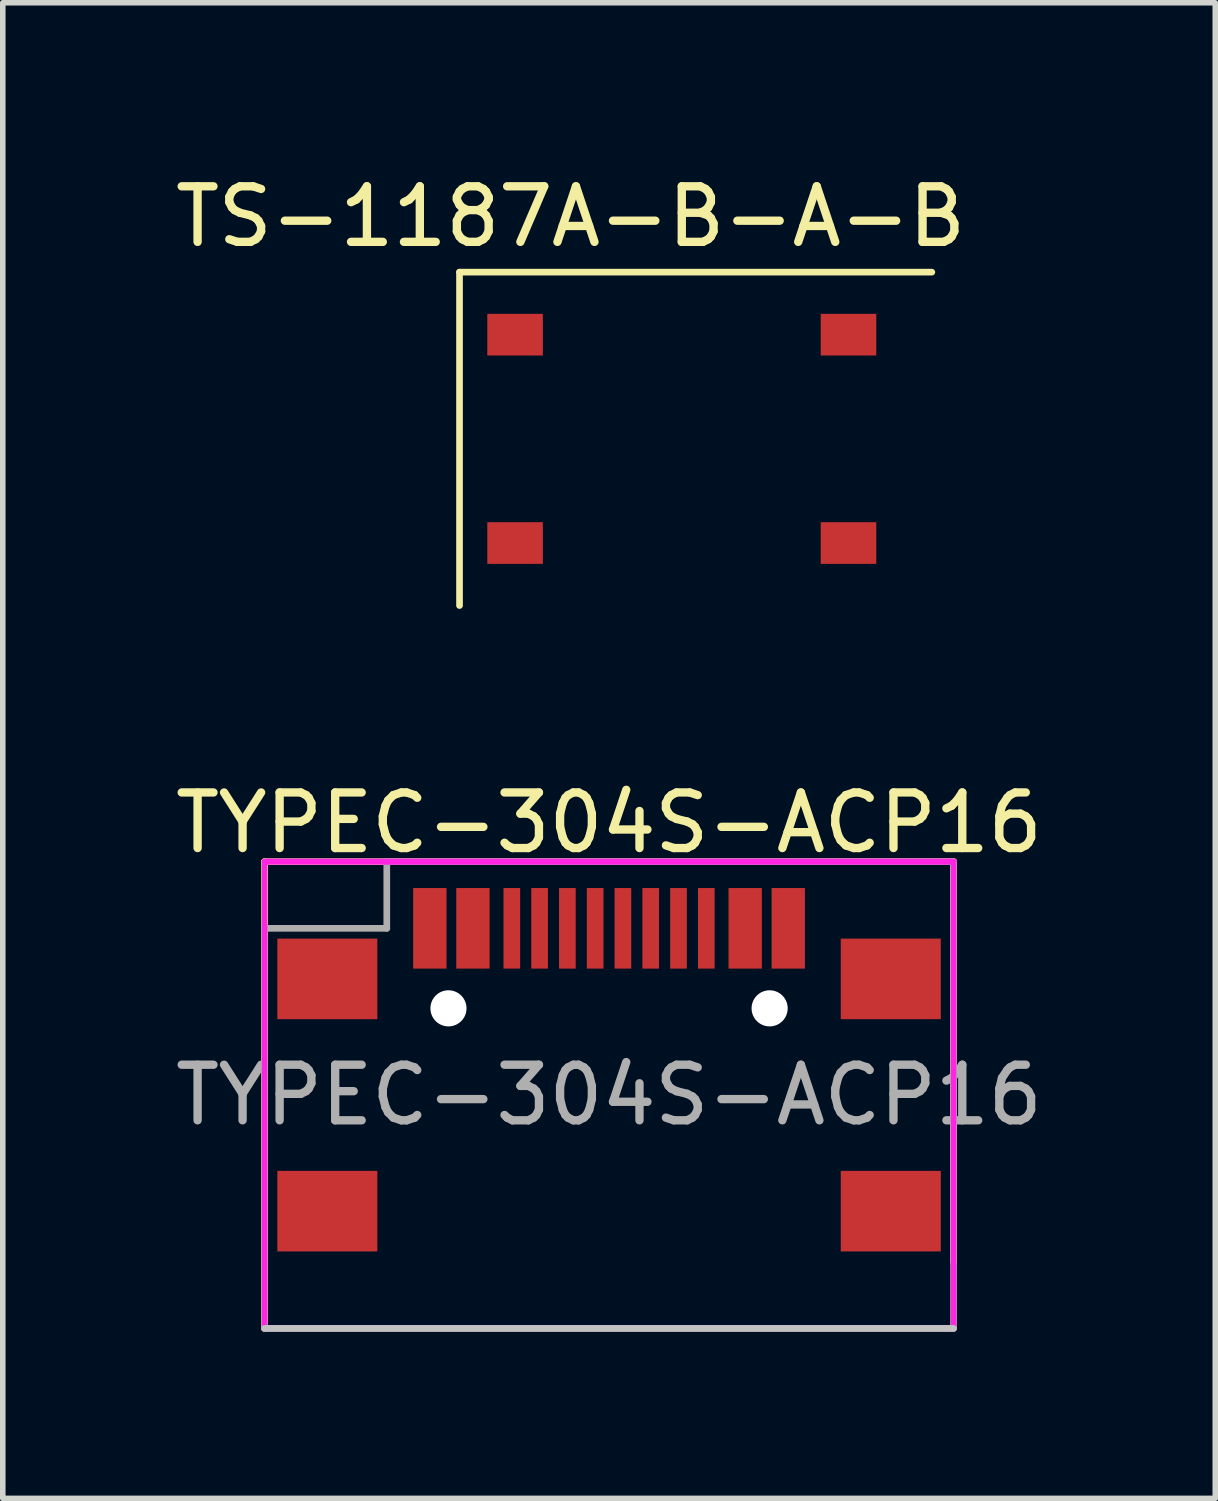
<source format=kicad_pcb>
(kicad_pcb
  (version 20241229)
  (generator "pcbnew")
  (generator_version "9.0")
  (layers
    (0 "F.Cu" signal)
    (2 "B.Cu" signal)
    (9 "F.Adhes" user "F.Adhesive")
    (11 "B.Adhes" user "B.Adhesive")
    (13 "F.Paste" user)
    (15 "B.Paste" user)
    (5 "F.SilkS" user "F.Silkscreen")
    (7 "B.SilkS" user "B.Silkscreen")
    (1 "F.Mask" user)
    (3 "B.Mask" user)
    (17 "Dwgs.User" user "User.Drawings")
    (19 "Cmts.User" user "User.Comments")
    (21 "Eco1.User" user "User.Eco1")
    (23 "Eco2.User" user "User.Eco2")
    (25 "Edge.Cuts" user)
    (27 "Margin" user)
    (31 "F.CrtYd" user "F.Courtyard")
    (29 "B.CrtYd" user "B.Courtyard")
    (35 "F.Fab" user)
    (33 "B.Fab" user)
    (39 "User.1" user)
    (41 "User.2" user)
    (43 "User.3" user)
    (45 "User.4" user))
  (footprint "TS-1187A-B-A-B"
    (layer "F.Cu")
    (at 9.22 4.848)
    (property "Reference" "TS-1187A-B-A-B" (at -2 -4 0) (layer "F.SilkS") (effects (font (size 1 1) (thickness 0.15))))
    (attr through_hole)
    (fp_line (start -4 -3) (end -4 3) (stroke (width 0.12) (type solid)) (layer "F.SilkS"))
    (fp_line (start -4 -3) (end 4.5 -3) (stroke (width 0.12) (type solid)) (layer "F.SilkS"))
    (pad "1" smd rect (at -3 -1.875) (size 1 0.75) (layers "F.Cu" "F.Mask" "F.Paste"))
    (pad "2" smd rect (at 3 -1.875) (size 1 0.75) (layers "F.Cu" "F.Mask" "F.Paste"))
    (pad "3" smd rect (at -3 1.875) (size 1 0.75) (layers "F.Cu" "F.Mask" "F.Paste"))
    (pad "4" smd rect (at 3 1.875) (size 1 0.75) (layers "F.Cu" "F.Mask" "F.Paste")))
  (footprint "TYPEC-304S-ACP16"
    (layer "F.Cu")
    (at 7.911 17.197)
    (property "Reference" "TYPEC-304S-ACP16" (at 0 -5.44 0) (layer "F.SilkS") (effects (font (size 1 1) (thickness 0.15))))
    (attr smd)
    (fp_line (start -6.2 -4.74) (end 6.2 -4.74) (stroke (width 0.12) (type solid)) (layer "F.SilkS"))
    (fp_line (start -6.2 3.66) (end -6.2 -4.74) (stroke (width 0.12) (type solid)) (layer "F.SilkS"))
    (fp_line (start 6.2 -4.74) (end 6.2 2.46) (stroke (width 0.12) (type solid)) (layer "F.SilkS"))
    (fp_line (start -6.2 3.66) (end 6.2 3.66) (stroke (width 0.12) (type solid)) (layer "Dwgs.User"))
    (fp_line (start -6.2 -4.74) (end -6.2 3.66) (stroke (width 0.1) (type solid)) (layer "F.CrtYd"))
    (fp_line (start -6.2 -4.74) (end 6.2 -4.74) (stroke (width 0.11) (type solid)) (layer "F.CrtYd"))
    (fp_line (start -6.2 3.66) (end 6.2 3.66) (stroke (width 0.1) (type solid)) (layer "F.CrtYd"))
    (fp_line (start 6.2 3.66) (end 6.2 -4.74) (stroke (width 0.1) (type solid)) (layer "F.CrtYd"))
    (fp_line (start -6.2 -3.54) (end -4 -3.54) (stroke (width 0.12) (type solid)) (layer "F.Fab"))
    (fp_line (start -6.2 3.66) (end -6.2 -3.54) (stroke (width 0.12) (type solid)) (layer "F.Fab"))
    (fp_line (start -4 -4.74) (end 6.2 -4.74) (stroke (width 0.12) (type solid)) (layer "F.Fab"))
    (fp_line (start -4 -3.54) (end -4 -4.74) (stroke (width 0.12) (type solid)) (layer "F.Fab"))
    (fp_line (start 6.2 -4.74) (end 6.2 3.66) (stroke (width 0.12) (type solid)) (layer "F.Fab"))
    (fp_line (start 6.2 3.66) (end -6.2 3.66) (stroke (width 0.12) (type solid)) (layer "F.Fab"))
    (fp_text user "${REFERENCE}" (at 0 -0.54 0) (layer "F.Fab") (effects (font (size 1 1) (thickness 0.15))))
    (pad "" np_thru_hole circle (at -2.89 -2.1) (size 0.65 0.65) (drill 0.65) (layers "*.Cu" "*.Mask"))
    (pad "" np_thru_hole circle (at 2.89 -2.1) (size 0.65 0.65) (drill 0.65) (layers "*.Cu" "*.Mask"))
    (pad "A1" smd rect (at -3.225 -3.54) (size 0.6 1.45) (layers "F.Cu" "F.Mask" "F.Paste"))
    (pad "A4" smd rect (at -2.45 -3.54) (size 0.6 1.45) (layers "F.Cu" "F.Mask" "F.Paste"))
    (pad "A5" smd rect (at -1.25 -3.54) (size 0.3 1.45) (layers "F.Cu" "F.Mask" "F.Paste"))
    (pad "A6" smd rect (at -0.25 -3.54) (size 0.3 1.45) (layers "F.Cu" "F.Mask" "F.Paste"))
    (pad "A7" smd rect (at 0.25 -3.54) (size 0.3 1.45) (layers "F.Cu" "F.Mask" "F.Paste"))
    (pad "A8" smd rect (at 1.25 -3.54) (size 0.3 1.45) (layers "F.Cu" "F.Mask" "F.Paste"))
    (pad "A9" smd rect (at 2.45 -3.54) (size 0.6 1.45) (layers "F.Cu" "F.Mask" "F.Paste"))
    (pad "A12" smd rect (at 3.225 -3.54) (size 0.6 1.45) (layers "F.Cu" "F.Mask" "F.Paste"))
    (pad "B5" smd rect (at 1.75 -3.54) (size 0.3 1.45) (layers "F.Cu" "F.Mask" "F.Paste"))
    (pad "B6" smd rect (at 0.75 -3.54) (size 0.3 1.45) (layers "F.Cu" "F.Mask" "F.Paste"))
    (pad "B7" smd rect (at -0.75 -3.54) (size 0.3 1.45) (layers "F.Cu" "F.Mask" "F.Paste"))
    (pad "B8" smd rect (at -1.75 -3.54) (size 0.3 1.45) (layers "F.Cu" "F.Mask" "F.Paste"))
    (pad "S1" smd rect (at -5.07 -2.63) (size 1.8 1.45) (layers "F.Cu" "F.Mask" "F.Paste"))
    (pad "S1" smd rect (at -5.07 1.55) (size 1.8 1.45) (layers "F.Cu" "F.Mask" "F.Paste"))
    (pad "S1" smd rect (at 5.07 -2.63) (size 1.8 1.45) (layers "F.Cu" "F.Mask" "F.Paste"))
    (pad "S1" smd rect (at 5.07 1.55) (size 1.8 1.45) (layers "F.Cu" "F.Mask" "F.Paste")))
  (gr_rect
    (start -3 -3)
    (end 18.821 23.916)
    (stroke (width 0.1) (type default))
    (fill no)
    (layer "Edge.Cuts")))
</source>
